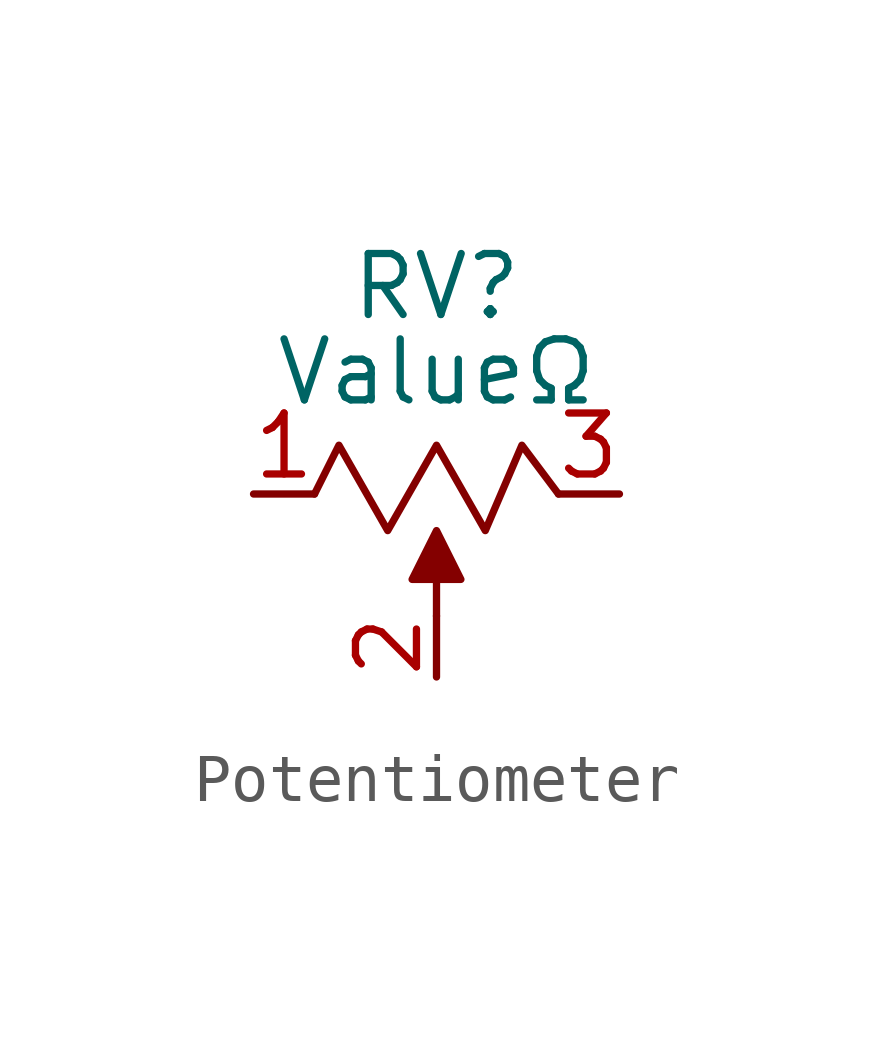
<source format=kicad_sym>
(kicad_symbol_lib
  (version 20231120)
  (generator "kicad_symbol_editor")
  (generator_version "8.0")
  (symbol "Potentiometer"
    (pin_names
      (offset 0) hide)
    (property "Reference" "RV"
      (at 0 4.318 0)
      (effects (font (size 1.27 1.27))))
    (property "Value" "ValueΩ"
      (at 0 2.54 0)
      (effects (font (size 1.27 1.27))))
    (symbol "Potentiometer_0_1"
      (polyline (pts (xy -2.54 0) (xy -2.032 1.016) (xy -1.016 -0.762) (xy 0 1.016) (xy 1.016 -0.762) (xy 1.778 1.016) (xy 2.54 0)) (stroke (width 0) (type default)) (fill (type none))))
    (symbol "Potentiometer_1_1"
      (polyline (pts (xy 0 -2.54) (xy 0 -1.778)) (stroke (width 0) (type default)) (fill (type none)))
      (polyline (pts (xy 0 -1.778) (xy -0.508 -1.778) (xy 0 -0.762) (xy 0.508 -1.778) (xy 0 -1.778)) (stroke (width 0) (type default)) (fill (type outline)))
      (pin passive line (at -3.81 0 0) (length 1.27) (name "1" (effects (font (size 1.27 1.27)))) (number "1" (effects (font (size 1.27 1.27)))))
      (pin input line (at 0 -3.81 90) (length 1.27) (name "trim" (effects (font (size 1.27 1.27)))) (number "2" (effects (font (size 1.27 1.27)))))
      (pin passive line (at 3.81 0 180) (length 1.27) (name "3" (effects (font (size 1.27 1.27)))) (number "3" (effects (font (size 1.27 1.27))))))))
</source>
